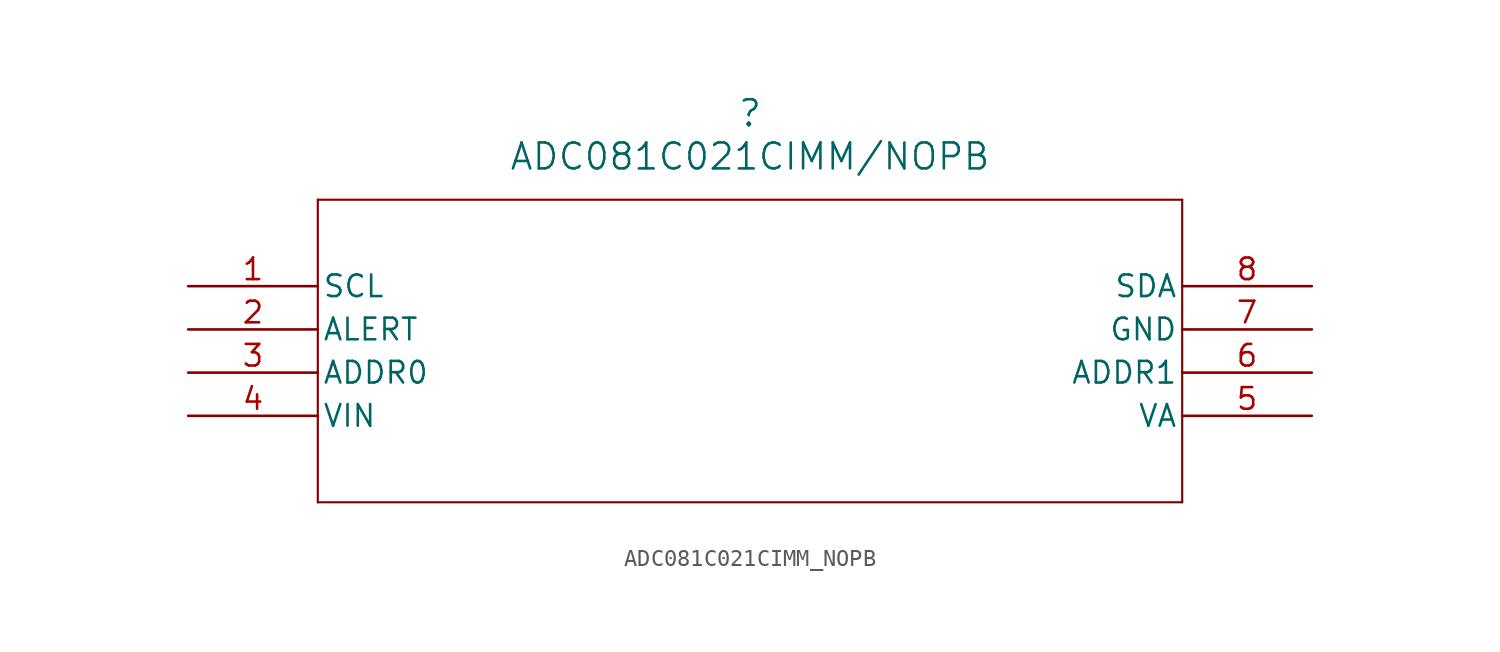
<source format=kicad_sym>
(kicad_symbol_lib
  (version 20211014)
  (generator kicad_symbol_editor)
  (symbol "ADC081C021CIMM_NOPB"
    (pin_names
      (offset 0.254))
    (property "Reference" ""
      (at 33.02 10.16 0)
      (effects (font (size 1.524 1.524))))
    (property "Value" "ADC081C021CIMM/NOPB"
      (at 33.02 7.62 0)
      (effects (font (size 1.524 1.524))))
    (symbol "ADC081C021CIMM_NOPB_0_1"
      (polyline (pts (xy 7.62 5.08) (xy 7.62 -12.7)) (stroke (width 0.127) (type default) (color 0 0 0 0)) (fill (type none)))
      (polyline (pts (xy 7.62 -12.7) (xy 58.42 -12.7)) (stroke (width 0.127) (type default) (color 0 0 0 0)) (fill (type none)))
      (polyline (pts (xy 58.42 -12.7) (xy 58.42 5.08)) (stroke (width 0.127) (type default) (color 0 0 0 0)) (fill (type none)))
      (polyline (pts (xy 58.42 5.08) (xy 7.62 5.08)) (stroke (width 0.127) (type default) (color 0 0 0 0)) (fill (type none)))
      (pin input line (at 0 0 0) (length 7.62) (name "SCL" (effects (font (size 1.27 1.27)))) (number "1" (effects (font (size 1.27 1.27)))))
      (pin unspecified line (at 0 -2.54 0) (length 7.62) (name "ALERT" (effects (font (size 1.27 1.27)))) (number "2" (effects (font (size 1.27 1.27)))))
      (pin input line (at 0 -5.08 0) (length 7.62) (name "ADDR0" (effects (font (size 1.27 1.27)))) (number "3" (effects (font (size 1.27 1.27)))))
      (pin input line (at 0 -7.62 0) (length 7.62) (name "VIN" (effects (font (size 1.27 1.27)))) (number "4" (effects (font (size 1.27 1.27)))))
      (pin power_in line (at 66.04 -7.62 180) (length 7.62) (name "VA" (effects (font (size 1.27 1.27)))) (number "5" (effects (font (size 1.27 1.27)))))
      (pin input line (at 66.04 -5.08 180) (length 7.62) (name "ADDR1" (effects (font (size 1.27 1.27)))) (number "6" (effects (font (size 1.27 1.27)))))
      (pin power_in line (at 66.04 -2.54 180) (length 7.62) (name "GND" (effects (font (size 1.27 1.27)))) (number "7" (effects (font (size 1.27 1.27)))))
      (pin bidirectional line (at 66.04 0 180) (length 7.62) (name "SDA" (effects (font (size 1.27 1.27)))) (number "8" (effects (font (size 1.27 1.27))))))))
</source>
